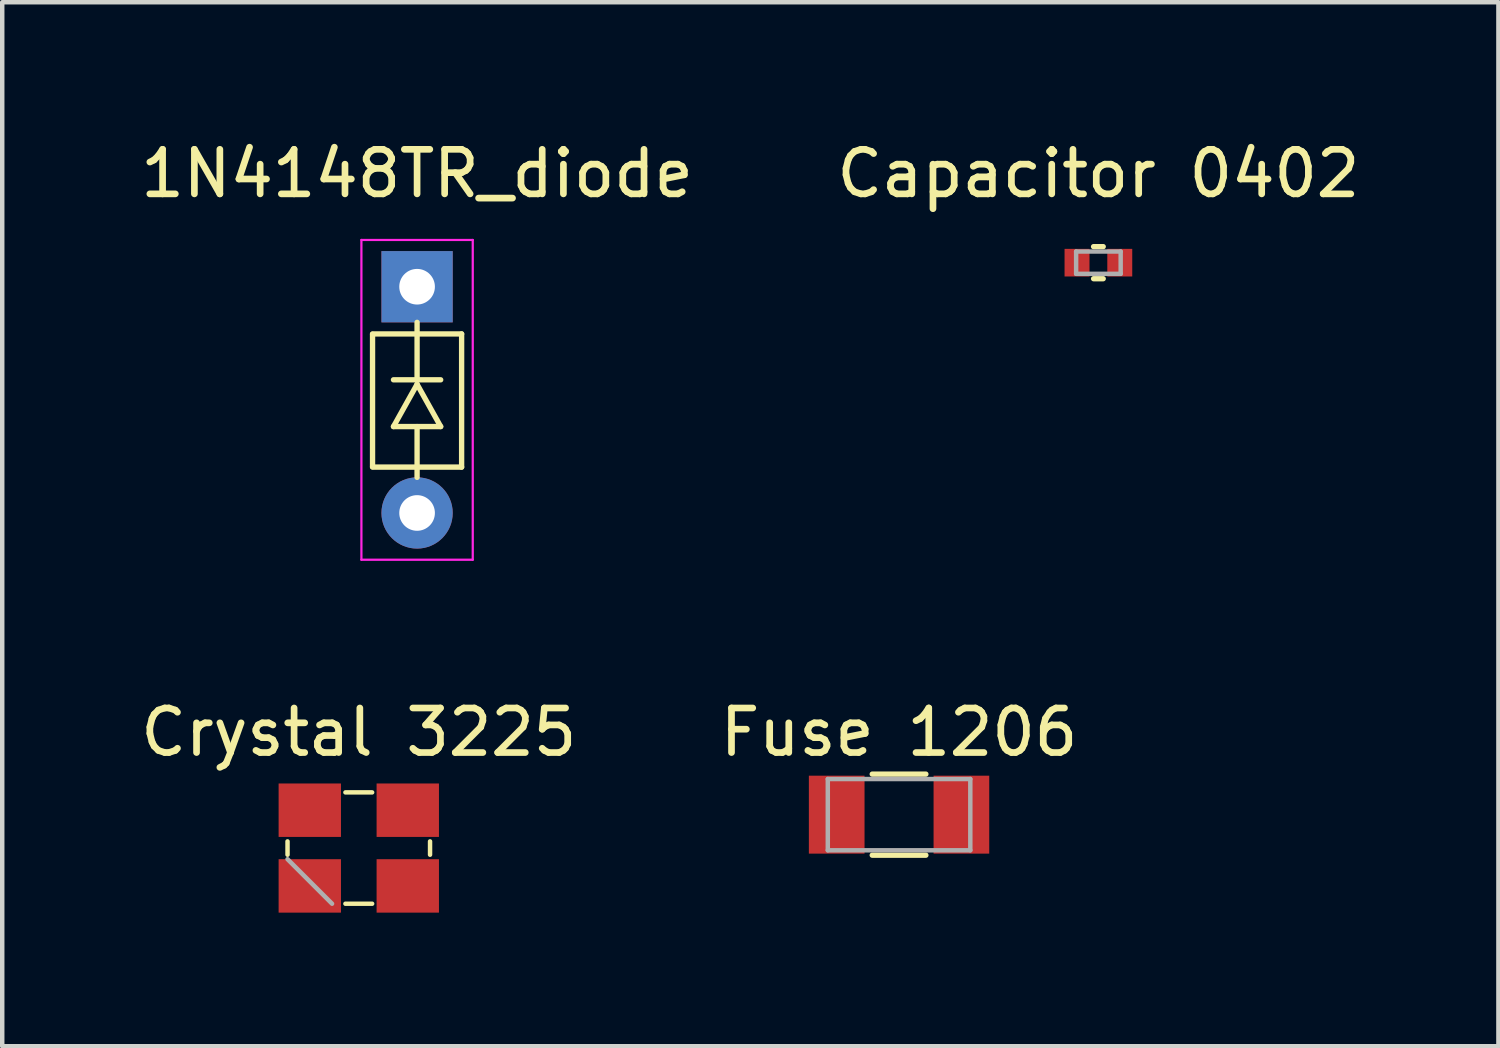
<source format=kicad_pcb>
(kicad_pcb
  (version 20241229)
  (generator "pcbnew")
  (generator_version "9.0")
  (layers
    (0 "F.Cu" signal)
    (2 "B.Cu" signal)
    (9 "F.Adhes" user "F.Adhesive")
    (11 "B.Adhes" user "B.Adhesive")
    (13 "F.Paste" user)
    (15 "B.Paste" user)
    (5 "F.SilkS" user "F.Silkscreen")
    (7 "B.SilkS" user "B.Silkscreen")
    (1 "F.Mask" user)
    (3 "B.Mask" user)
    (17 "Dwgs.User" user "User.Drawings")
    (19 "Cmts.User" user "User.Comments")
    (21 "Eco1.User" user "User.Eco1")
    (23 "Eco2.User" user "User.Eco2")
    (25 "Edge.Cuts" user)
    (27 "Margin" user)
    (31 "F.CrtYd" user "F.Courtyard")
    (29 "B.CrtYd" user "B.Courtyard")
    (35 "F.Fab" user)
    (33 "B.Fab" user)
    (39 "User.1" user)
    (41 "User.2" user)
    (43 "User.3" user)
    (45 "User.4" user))
  (footprint "Fuse 1206"
    (layer "F.Cu")
    (at 17.137 15.242)
    (property "Reference" "Fuse 1206" (at 0 -1.85 0) (unlocked yes) (layer "F.SilkS") (effects (font (size 1 1) (thickness 0.15))))
    (attr smd)
    (fp_line (start -0.602 -0.91) (end 0.602 -0.91) (stroke (width 0.12) (type solid)) (layer "F.SilkS"))
    (fp_line (start -0.602 0.91) (end 0.602 0.91) (stroke (width 0.12) (type solid)) (layer "F.SilkS"))
    (fp_line (start -1.6 -0.8) (end 1.6 -0.8) (stroke (width 0.1) (type solid)) (layer "F.Fab"))
    (fp_line (start -1.6 0.8) (end -1.6 -0.8) (stroke (width 0.1) (type solid)) (layer "F.Fab"))
    (fp_line (start 1.6 -0.8) (end 1.6 0.8) (stroke (width 0.1) (type solid)) (layer "F.Fab"))
    (fp_line (start 1.6 0.8) (end -1.6 0.8) (stroke (width 0.1) (type solid)) (layer "F.Fab"))
    (pad "1" smd rect (at -1.4 0) (size 1.25 1.75) (layers "F.Cu" "F.Mask" "F.Paste"))
    (pad "2" smd rect (at 1.4 0) (size 1.25 1.75) (layers "F.Cu" "F.Mask" "F.Paste")))
  (footprint "Crystal 3225"
    (layer "F.Cu")
    (at 5.006 15.992)
    (property "Reference" "Crystal 3225" (at 0 -2.6 0) (unlocked yes) (layer "F.SilkS") (effects (font (size 1 1) (thickness 0.15))))
    (attr smd)
    (fp_line (start -1.6 -0.15) (end -1.6 0.15) (stroke (width 0.1) (type solid)) (layer "F.SilkS"))
    (fp_line (start -0.3 1.25) (end 0.3 1.25) (stroke (width 0.1) (type solid)) (layer "F.SilkS"))
    (fp_line (start 0.3 -1.25) (end -0.3 -1.25) (stroke (width 0.1) (type solid)) (layer "F.SilkS"))
    (fp_line (start 1.6 0.15) (end 1.6 -0.15) (stroke (width 0.1) (type solid)) (layer "F.SilkS"))
    (fp_line (start -1.6 0.25) (end -0.6 1.25) (stroke (width 0.1) (type solid)) (layer "F.Fab"))
    (pad "1" smd rect (at -1.1 0.85) (size 1.4 1.2) (layers "F.Cu" "F.Mask" "F.Paste"))
    (pad "2" smd rect (at 1.1 0.85) (size 1.4 1.2) (layers "F.Cu" "F.Mask" "F.Paste"))
    (pad "3" smd rect (at 1.1 -0.85) (size 1.4 1.2) (layers "F.Cu" "F.Mask" "F.Paste"))
    (pad "4" smd rect (at -1.1 -0.85) (size 1.4 1.2) (layers "F.Cu" "F.Mask" "F.Paste")))
  (footprint "Capacitor 0402"
    (layer "F.Cu")
    (at 21.613 2.848)
    (property "Reference" "Capacitor 0402" (at 0 -2 0) (unlocked yes) (layer "F.SilkS") (effects (font (size 1 1) (thickness 0.15))))
    (attr smd)
    (fp_line (start -0.108 -0.36) (end 0.108 -0.36) (stroke (width 0.12) (type solid)) (layer "F.SilkS"))
    (fp_line (start -0.108 0.36) (end 0.108 0.36) (stroke (width 0.12) (type solid)) (layer "F.SilkS"))
    (fp_line (start -0.5 -0.25) (end 0.5 -0.25) (stroke (width 0.1) (type solid)) (layer "F.Fab"))
    (fp_line (start -0.5 0.25) (end -0.5 -0.25) (stroke (width 0.1) (type solid)) (layer "F.Fab"))
    (fp_line (start 0.5 -0.25) (end 0.5 0.25) (stroke (width 0.1) (type solid)) (layer "F.Fab"))
    (fp_line (start 0.5 0.25) (end -0.5 0.25) (stroke (width 0.1) (type solid)) (layer "F.Fab"))
    (pad "1" smd rect (at -0.48 0) (size 0.56 0.62) (layers "F.Cu" "F.Mask" "F.Paste"))
    (pad "2" smd rect (at 0.48 0) (size 0.56 0.62) (layers "F.Cu" "F.Mask" "F.Paste")))
  (footprint "1N4148TR_diode"
    (layer "F.Cu")
    (at 6.315 5.928)
    (property "Reference" "1N4148TR_diode" (at 0 -5.08 0) (layer "F.SilkS") (effects (font (size 1 1) (thickness 0.15))))
    (attr through_hole)
    (fp_line (start -1 -1.48) (end 1 -1.48) (stroke (width 0.12) (type solid)) (layer "F.SilkS"))
    (fp_line (start -1 -1.47) (end -1 1.5) (stroke (width 0.12) (type solid)) (layer "F.SilkS"))
    (fp_line (start -1 1.51) (end 1 1.51) (stroke (width 0.12) (type solid)) (layer "F.SilkS"))
    (fp_line (start -0.53 -0.45) (end 0.53 -0.45) (stroke (width 0.12) (type solid)) (layer "F.SilkS"))
    (fp_line (start -0.53 0.6) (end 0.53 0.6) (stroke (width 0.12) (type solid)) (layer "F.SilkS"))
    (fp_line (start 0 -1.74) (end 0 -0.45) (stroke (width 0.12) (type solid)) (layer "F.SilkS"))
    (fp_line (start 0 -0.35) (end -0.53 0.6) (stroke (width 0.12) (type solid)) (layer "F.SilkS"))
    (fp_line (start 0 -0.35) (end 0.53 0.6) (stroke (width 0.12) (type solid)) (layer "F.SilkS"))
    (fp_line (start 0 1.74) (end 0 0.6) (stroke (width 0.12) (type solid)) (layer "F.SilkS"))
    (fp_line (start 1 -1.48) (end 1 1.51) (stroke (width 0.12) (type solid)) (layer "F.SilkS"))
    (fp_line (start -1.25 -3.59) (end -1.25 3.59) (stroke (width 0.05) (type solid)) (layer "F.CrtYd"))
    (fp_line (start -1.25 3.59) (end 1.25 3.59) (stroke (width 0.05) (type solid)) (layer "F.CrtYd"))
    (fp_line (start 1.25 -3.59) (end -1.25 -3.59) (stroke (width 0.05) (type solid)) (layer "F.CrtYd"))
    (fp_line (start 1.25 3.59) (end 1.25 -3.59) (stroke (width 0.05) (type solid)) (layer "F.CrtYd"))
    (pad "1" thru_hole rect (at 0 -2.54 270) (size 1.6 1.6) (drill 0.8) (layers "*.Cu" "*.Mask"))
    (pad "2" thru_hole oval (at 0 2.54 270) (size 1.6 1.6) (drill 0.8) (layers "*.Cu" "*.Mask")))
  (gr_rect
    (start -3 -3)
    (end 30.595 20.442)
    (stroke (width 0.1) (type default))
    (fill no)
    (layer "Edge.Cuts")))
</source>
